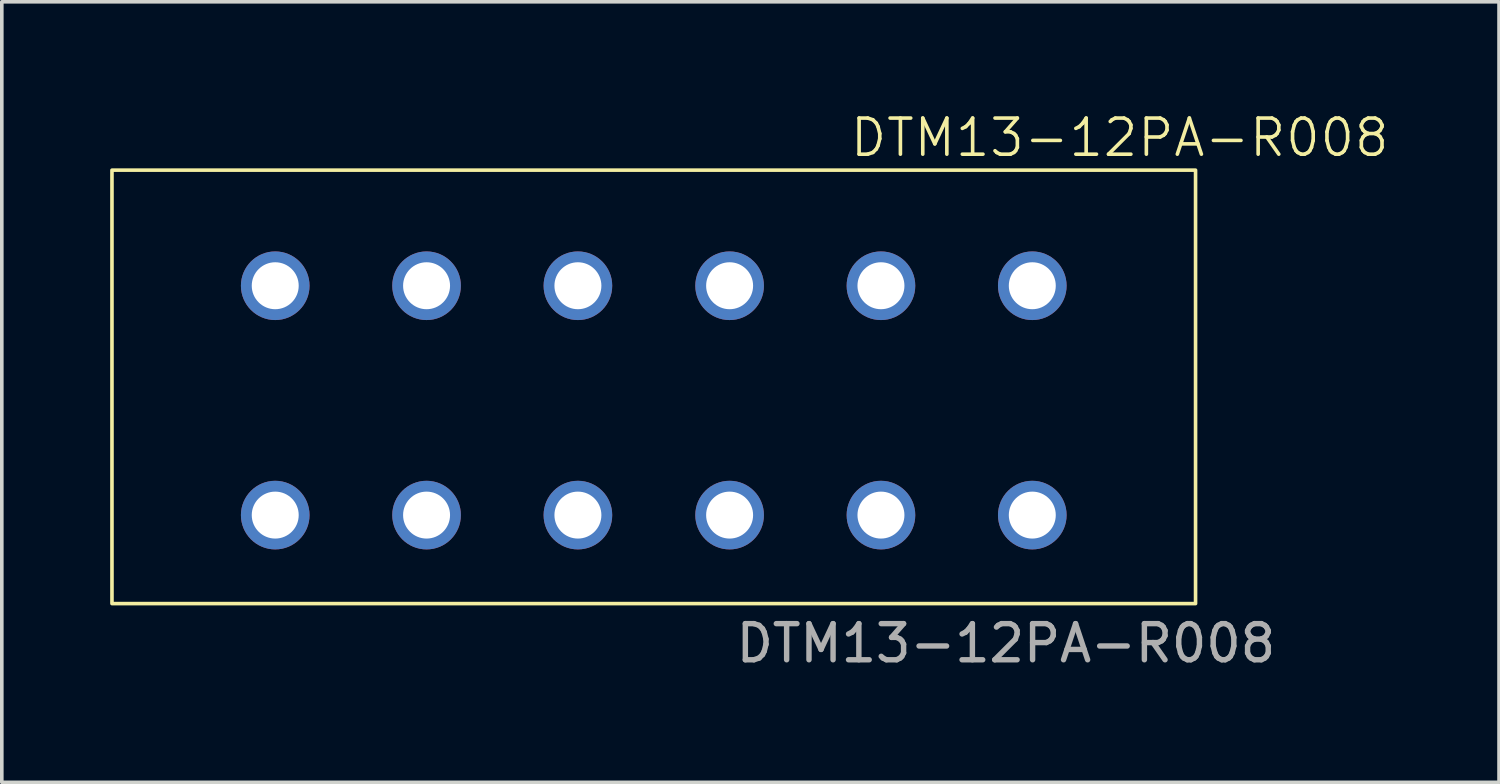
<source format=kicad_pcb>
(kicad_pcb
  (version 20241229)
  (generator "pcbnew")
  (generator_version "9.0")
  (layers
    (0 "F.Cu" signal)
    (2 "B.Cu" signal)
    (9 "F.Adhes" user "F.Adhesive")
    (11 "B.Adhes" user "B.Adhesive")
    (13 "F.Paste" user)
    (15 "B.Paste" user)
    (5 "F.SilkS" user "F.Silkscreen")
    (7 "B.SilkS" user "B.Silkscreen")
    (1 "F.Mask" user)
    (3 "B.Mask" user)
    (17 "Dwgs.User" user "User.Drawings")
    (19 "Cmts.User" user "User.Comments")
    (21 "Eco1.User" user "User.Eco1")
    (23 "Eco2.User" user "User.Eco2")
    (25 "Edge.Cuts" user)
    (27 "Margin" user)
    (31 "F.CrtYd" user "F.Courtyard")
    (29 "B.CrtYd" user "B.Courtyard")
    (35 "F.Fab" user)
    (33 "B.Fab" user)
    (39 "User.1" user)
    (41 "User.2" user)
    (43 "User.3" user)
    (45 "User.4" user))
  (footprint "DTM13-12PA-R008"
    (layer "F.Cu")
    (at 15.05 13.661)
    (property "Reference" "DTM13-12PA-R008" (at 12.9 -12.9 0) (unlocked yes) (layer "F.SilkS") (effects (font (size 1 1) (thickness 0.1))))
    (attr smd)
    (fp_rect (start -15 -12) (end 15 0) (stroke (width 0.1) (type solid)) (fill no) (layer "F.SilkS"))
    (fp_line (start -15 -8.8) (end 15 -8.8) (stroke (width 0.1) (type dash)) (layer "User.1"))
    (fp_line (start -15 -2.45) (end 15 -2.45) (stroke (width 0.1) (type dash)) (layer "User.1"))
    (fp_text user "${REFERENCE}" (at 9.75 1.1 0) (unlocked yes) (layer "F.Fab") (effects (font (size 1 1) (thickness 0.15))))
    (pad "1" thru_hole circle (at 10.48 -2.45) (size 1.9 1.9) (drill 1.3) (layers "*.Cu" "*.Mask"))
    (pad "2" thru_hole circle (at 6.29 -2.45) (size 1.9 1.9) (drill 1.3) (layers "*.Cu" "*.Mask"))
    (pad "3" thru_hole circle (at 2.1 -2.45) (size 1.9 1.9) (drill 1.3) (layers "*.Cu" "*.Mask"))
    (pad "4" thru_hole circle (at -2.1 -2.45) (size 1.9 1.9) (drill 1.3) (layers "*.Cu" "*.Mask"))
    (pad "5" thru_hole circle (at -6.29 -2.45) (size 1.9 1.9) (drill 1.3) (layers "*.Cu" "*.Mask"))
    (pad "6" thru_hole circle (at -10.48 -2.45) (size 1.9 1.9) (drill 1.3) (layers "*.Cu" "*.Mask"))
    (pad "7" thru_hole circle (at -10.48 -8.8) (size 1.9 1.9) (drill 1.3) (layers "*.Cu" "*.Mask"))
    (pad "8" thru_hole circle (at -6.29 -8.8) (size 1.9 1.9) (drill 1.3) (layers "*.Cu" "*.Mask"))
    (pad "9" thru_hole circle (at -2.1 -8.8) (size 1.9 1.9) (drill 1.3) (layers "*.Cu" "*.Mask"))
    (pad "10" thru_hole circle (at 2.1 -8.8) (size 1.9 1.9) (drill 1.3) (layers "*.Cu" "*.Mask"))
    (pad "11" thru_hole circle (at 6.29 -8.8) (size 1.9 1.9) (drill 1.3) (layers "*.Cu" "*.Mask"))
    (pad "12" thru_hole circle (at 10.48 -8.8) (size 1.9 1.9) (drill 1.3) (layers "*.Cu" "*.Mask")))
  (gr_rect
    (start -3 -3)
    (end 38.452 18.609)
    (stroke (width 0.1) (type default))
    (fill no)
    (layer "Edge.Cuts")))
</source>
